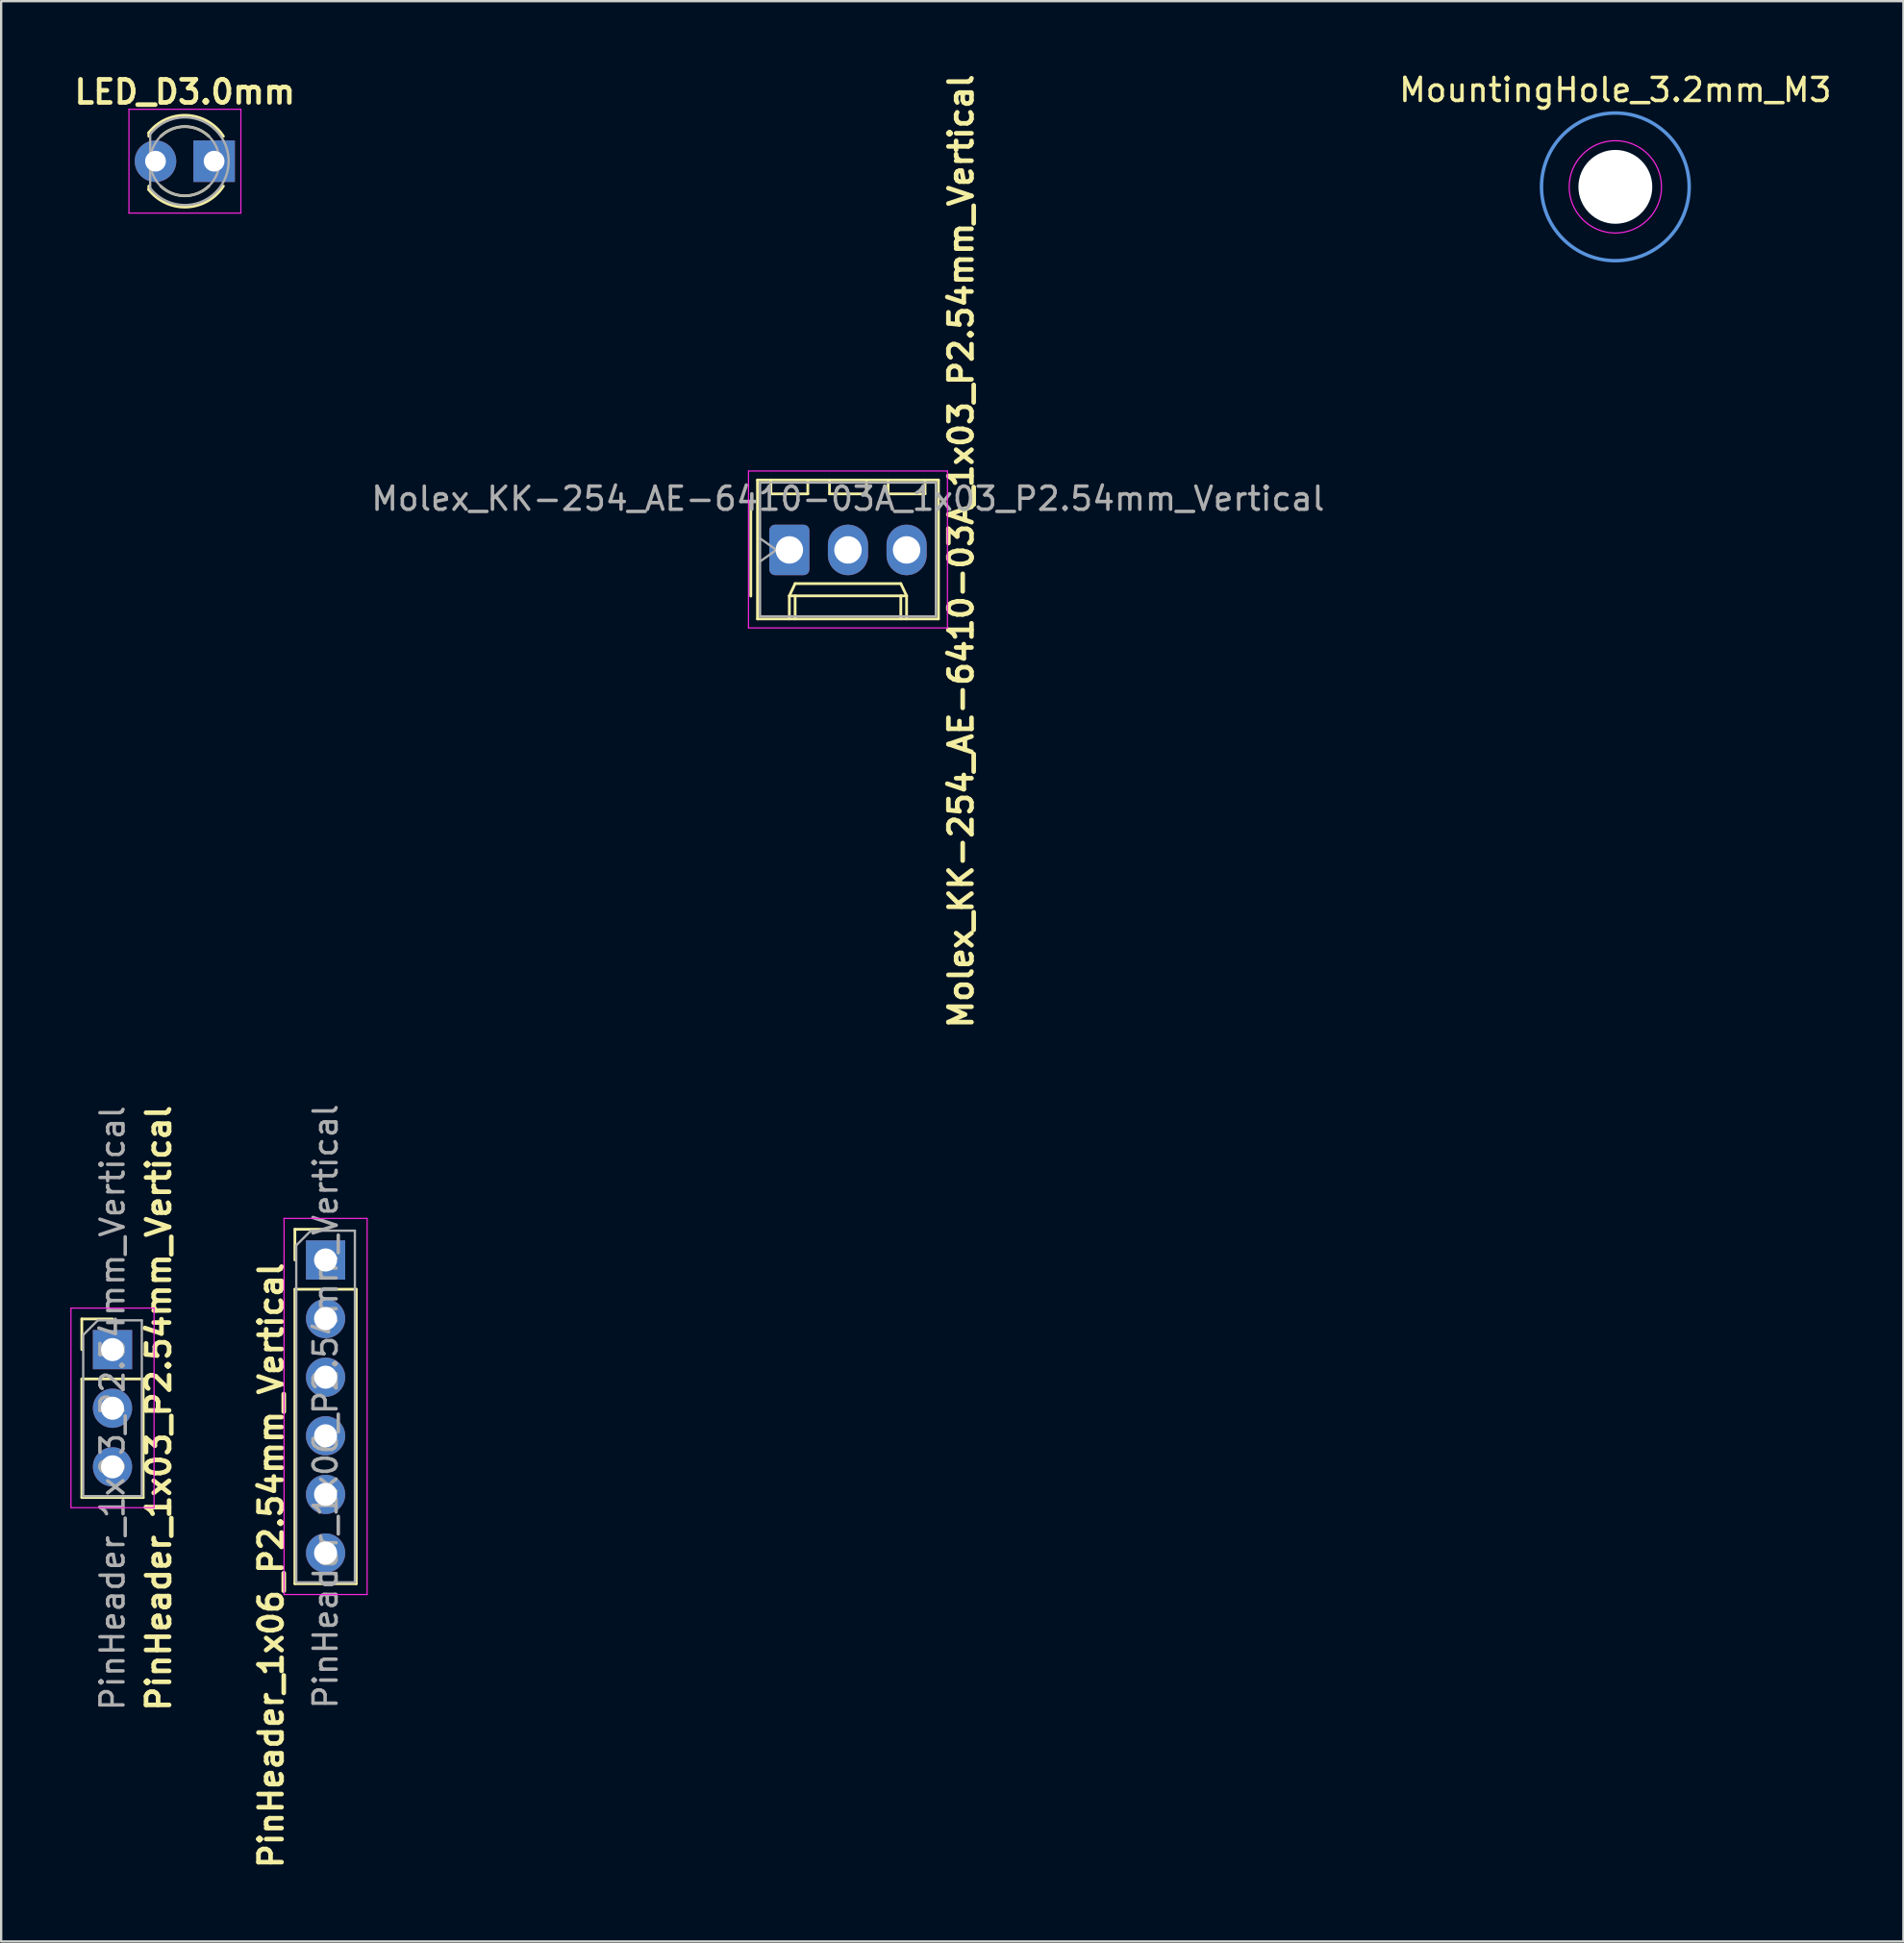
<source format=kicad_pcb>
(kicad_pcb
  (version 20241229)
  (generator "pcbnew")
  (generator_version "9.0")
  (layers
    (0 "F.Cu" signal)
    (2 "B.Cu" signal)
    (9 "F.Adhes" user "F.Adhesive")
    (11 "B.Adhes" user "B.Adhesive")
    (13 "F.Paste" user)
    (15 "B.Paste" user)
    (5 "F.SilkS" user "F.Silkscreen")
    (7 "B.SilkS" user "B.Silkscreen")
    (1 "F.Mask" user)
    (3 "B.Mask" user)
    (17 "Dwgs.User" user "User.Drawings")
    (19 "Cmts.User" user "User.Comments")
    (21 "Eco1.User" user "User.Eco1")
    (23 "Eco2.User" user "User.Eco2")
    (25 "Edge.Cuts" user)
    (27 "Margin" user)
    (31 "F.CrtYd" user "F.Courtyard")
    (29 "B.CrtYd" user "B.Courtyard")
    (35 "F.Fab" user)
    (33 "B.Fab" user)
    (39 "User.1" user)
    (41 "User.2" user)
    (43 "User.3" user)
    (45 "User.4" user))
  (footprint "PinHeader_1x06_P2.54mm_Vertical"
    (layer "F.Cu")
    (at 11.057 51.556)
    (property "Reference" "PinHeader_1x06_P2.54mm_Vertical" (at -2.36 13.24 90) (layer "F.SilkS") (effects (font (size 1 1) (thickness 0.2) (bold yes))))
    (attr through_hole)
    (fp_line (start -1.33 -1.33) (end 0 -1.33) (stroke (width 0.12) (type solid)) (layer "F.SilkS"))
    (fp_line (start -1.33 0) (end -1.33 -1.33) (stroke (width 0.12) (type solid)) (layer "F.SilkS"))
    (fp_line (start -1.33 1.27) (end -1.33 14.03) (stroke (width 0.12) (type solid)) (layer "F.SilkS"))
    (fp_line (start -1.33 1.27) (end 1.33 1.27) (stroke (width 0.12) (type solid)) (layer "F.SilkS"))
    (fp_line (start -1.33 14.03) (end 1.33 14.03) (stroke (width 0.12) (type solid)) (layer "F.SilkS"))
    (fp_line (start 1.33 1.27) (end 1.33 14.03) (stroke (width 0.12) (type solid)) (layer "F.SilkS"))
    (fp_line (start -1.8 -1.8) (end -1.8 14.5) (stroke (width 0.05) (type solid)) (layer "F.CrtYd"))
    (fp_line (start -1.8 14.5) (end 1.8 14.5) (stroke (width 0.05) (type solid)) (layer "F.CrtYd"))
    (fp_line (start 1.8 -1.8) (end -1.8 -1.8) (stroke (width 0.05) (type solid)) (layer "F.CrtYd"))
    (fp_line (start 1.8 14.5) (end 1.8 -1.8) (stroke (width 0.05) (type solid)) (layer "F.CrtYd"))
    (fp_line (start -1.27 -0.635) (end -0.635 -1.27) (stroke (width 0.1) (type solid)) (layer "F.Fab"))
    (fp_line (start -1.27 13.97) (end -1.27 -0.635) (stroke (width 0.1) (type solid)) (layer "F.Fab"))
    (fp_line (start -0.635 -1.27) (end 1.27 -1.27) (stroke (width 0.1) (type solid)) (layer "F.Fab"))
    (fp_line (start 1.27 -1.27) (end 1.27 13.97) (stroke (width 0.1) (type solid)) (layer "F.Fab"))
    (fp_line (start 1.27 13.97) (end -1.27 13.97) (stroke (width 0.1) (type solid)) (layer "F.Fab"))
    (fp_text user "${REFERENCE}" (at 0 6.35 90) (layer "F.Fab") (effects (font (size 1 1) (thickness 0.15))))
    (pad "1" thru_hole rect (at 0 0 180) (size 1.7 1.7) (drill 1) (layers "*.Cu" "*.Mask"))
    (pad "2" thru_hole oval (at 0 2.54 180) (size 1.7 1.7) (drill 1) (layers "*.Cu" "*.Mask"))
    (pad "3" thru_hole oval (at 0 5.08 180) (size 1.7 1.7) (drill 1) (layers "*.Cu" "*.Mask"))
    (pad "4" thru_hole oval (at 0 7.62 180) (size 1.7 1.7) (drill 1) (layers "*.Cu" "*.Mask"))
    (pad "5" thru_hole oval (at 0 10.16 180) (size 1.7 1.7) (drill 1) (layers "*.Cu" "*.Mask"))
    (pad "6" thru_hole oval (at 0 12.7 180) (size 1.7 1.7) (drill 1) (layers "*.Cu" "*.Mask")))
  (footprint "LED_D3.0mm"
    (layer "F.Cu")
    (at 3.687 3.936)
    (property "Reference" "LED_D3.0mm" (at 1.275 -3 0) (layer "F.SilkS") (effects (font (size 1 1) (thickness 0.2) (bold yes))))
    (attr through_hole)
    (fp_line (start -0.29 -1.236) (end -0.29 -1.08) (stroke (width 0.12) (type solid)) (layer "F.SilkS"))
    (fp_line (start -0.29 1.08) (end -0.29 1.236) (stroke (width 0.12) (type solid)) (layer "F.SilkS"))
    (fp_arc (start -0.29 -1.235516) (mid 1.366487 -1.987659) (end 2.942335 -1.078608) (stroke (width 0.12) (type solid)) (layer "F.SilkS"))
    (fp_arc (start 0.229039 -1.08) (mid 1.270117 -1.5) (end 2.31113 -1.079837) (stroke (width 0.12) (type solid)) (layer "F.SilkS"))
    (fp_arc (start 2.31113 1.079837) (mid 1.270117 1.5) (end 0.229039 1.08) (stroke (width 0.12) (type solid)) (layer "F.SilkS"))
    (fp_arc (start 2.942335 1.078608) (mid 1.366487 1.987659) (end -0.29 1.235516) (stroke (width 0.12) (type solid)) (layer "F.SilkS"))
    (fp_line (start -1.15 -2.25) (end -1.15 2.25) (stroke (width 0.05) (type solid)) (layer "F.CrtYd"))
    (fp_line (start -1.15 2.25) (end 3.7 2.25) (stroke (width 0.05) (type solid)) (layer "F.CrtYd"))
    (fp_line (start 3.7 -2.25) (end -1.15 -2.25) (stroke (width 0.05) (type solid)) (layer "F.CrtYd"))
    (fp_line (start 3.7 2.25) (end 3.7 -2.25) (stroke (width 0.05) (type solid)) (layer "F.CrtYd"))
    (fp_line (start -0.23 -1.166) (end -0.23 1.166) (stroke (width 0.1) (type solid)) (layer "F.Fab"))
    (fp_arc (start -0.23 -1.16619) (mid 3.17 0.000452) (end -0.230555 1.165476) (stroke (width 0.1) (type solid)) (layer "F.Fab"))
    (fp_circle (center 1.27 0) (end 2.77 0) (stroke (width 0.1) (type solid)) (fill no) (layer "F.Fab"))
    (pad "1" thru_hole circle (at 0 0) (size 1.8 1.8) (drill 0.9) (layers "*.Cu" "*.Mask"))
    (pad "2" thru_hole rect (at 2.54 0) (size 1.8 1.8) (drill 0.9) (layers "*.Cu" "*.Mask")))
  (footprint "PinHeader_1x03_P2.54mm_Vertical"
    (layer "F.Cu")
    (at 1.825 55.441)
    (property "Reference" "PinHeader_1x03_P2.54mm_Vertical" (at 2 2.54 90) (layer "F.SilkS") (effects (font (size 1 1) (thickness 0.2) (bold yes))))
    (attr through_hole)
    (fp_line (start -1.33 -1.33) (end 0 -1.33) (stroke (width 0.12) (type solid)) (layer "F.SilkS"))
    (fp_line (start -1.33 0) (end -1.33 -1.33) (stroke (width 0.12) (type solid)) (layer "F.SilkS"))
    (fp_line (start -1.33 1.27) (end -1.33 6.41) (stroke (width 0.12) (type solid)) (layer "F.SilkS"))
    (fp_line (start -1.33 1.27) (end 1.33 1.27) (stroke (width 0.12) (type solid)) (layer "F.SilkS"))
    (fp_line (start -1.33 6.41) (end 1.33 6.41) (stroke (width 0.12) (type solid)) (layer "F.SilkS"))
    (fp_line (start 1.33 1.27) (end 1.33 6.41) (stroke (width 0.12) (type solid)) (layer "F.SilkS"))
    (fp_line (start -1.8 -1.8) (end -1.8 6.85) (stroke (width 0.05) (type solid)) (layer "F.CrtYd"))
    (fp_line (start -1.8 6.85) (end 1.8 6.85) (stroke (width 0.05) (type solid)) (layer "F.CrtYd"))
    (fp_line (start 1.8 -1.8) (end -1.8 -1.8) (stroke (width 0.05) (type solid)) (layer "F.CrtYd"))
    (fp_line (start 1.8 6.85) (end 1.8 -1.8) (stroke (width 0.05) (type solid)) (layer "F.CrtYd"))
    (fp_line (start -1.27 -0.635) (end -0.635 -1.27) (stroke (width 0.1) (type solid)) (layer "F.Fab"))
    (fp_line (start -1.27 6.35) (end -1.27 -0.635) (stroke (width 0.1) (type solid)) (layer "F.Fab"))
    (fp_line (start -0.635 -1.27) (end 1.27 -1.27) (stroke (width 0.1) (type solid)) (layer "F.Fab"))
    (fp_line (start 1.27 -1.27) (end 1.27 6.35) (stroke (width 0.1) (type solid)) (layer "F.Fab"))
    (fp_line (start 1.27 6.35) (end -1.27 6.35) (stroke (width 0.1) (type solid)) (layer "F.Fab"))
    (fp_text user "${REFERENCE}" (at 0 2.54 270) (layer "F.Fab") (effects (font (size 1 1) (thickness 0.15))))
    (pad "1" thru_hole rect (at 0 0) (size 1.7 1.7) (drill 1) (layers "*.Cu" "*.Mask"))
    (pad "2" thru_hole oval (at 0 2.54) (size 1.7 1.7) (drill 1) (layers "*.Cu" "*.Mask"))
    (pad "3" thru_hole oval (at 0 5.08) (size 1.7 1.7) (drill 1) (layers "*.Cu" "*.Mask")))
  (footprint "Molex_KK-254_AE-6410-03A_1x03_P2.54mm_Vertical"
    (layer "F.Cu")
    (at 31.152 20.783)
    (property "Reference" "Molex_KK-254_AE-6410-03A_1x03_P2.54mm_Vertical" (at 7.44 0.06 90) (layer "F.SilkS") (effects (font (size 1 1) (thickness 0.2) (bold yes))))
    (attr through_hole)
    (fp_line (start -1.67 -2) (end -1.67 2) (stroke (width 0.12) (type solid)) (layer "F.SilkS"))
    (fp_line (start -1.38 -3.03) (end -1.38 2.99) (stroke (width 0.12) (type solid)) (layer "F.SilkS"))
    (fp_line (start -1.38 2.99) (end 6.46 2.99) (stroke (width 0.12) (type solid)) (layer "F.SilkS"))
    (fp_line (start -0.8 -3.03) (end -0.8 -2.43) (stroke (width 0.12) (type solid)) (layer "F.SilkS"))
    (fp_line (start -0.8 -2.43) (end 0.8 -2.43) (stroke (width 0.12) (type solid)) (layer "F.SilkS"))
    (fp_line (start 0 1.99) (end 0.25 1.46) (stroke (width 0.12) (type solid)) (layer "F.SilkS"))
    (fp_line (start 0 1.99) (end 5.08 1.99) (stroke (width 0.12) (type solid)) (layer "F.SilkS"))
    (fp_line (start 0 2.99) (end 0 1.99) (stroke (width 0.12) (type solid)) (layer "F.SilkS"))
    (fp_line (start 0.25 1.46) (end 4.83 1.46) (stroke (width 0.12) (type solid)) (layer "F.SilkS"))
    (fp_line (start 0.25 2.99) (end 0.25 1.99) (stroke (width 0.12) (type solid)) (layer "F.SilkS"))
    (fp_line (start 0.8 -2.43) (end 0.8 -3.03) (stroke (width 0.12) (type solid)) (layer "F.SilkS"))
    (fp_line (start 1.74 -3.03) (end 1.74 -2.43) (stroke (width 0.12) (type solid)) (layer "F.SilkS"))
    (fp_line (start 1.74 -2.43) (end 3.34 -2.43) (stroke (width 0.12) (type solid)) (layer "F.SilkS"))
    (fp_line (start 3.34 -2.43) (end 3.34 -3.03) (stroke (width 0.12) (type solid)) (layer "F.SilkS"))
    (fp_line (start 4.28 -3.03) (end 4.28 -2.43) (stroke (width 0.12) (type solid)) (layer "F.SilkS"))
    (fp_line (start 4.28 -2.43) (end 5.88 -2.43) (stroke (width 0.12) (type solid)) (layer "F.SilkS"))
    (fp_line (start 4.83 1.46) (end 5.08 1.99) (stroke (width 0.12) (type solid)) (layer "F.SilkS"))
    (fp_line (start 4.83 2.99) (end 4.83 1.99) (stroke (width 0.12) (type solid)) (layer "F.SilkS"))
    (fp_line (start 5.08 1.99) (end 5.08 2.99) (stroke (width 0.12) (type solid)) (layer "F.SilkS"))
    (fp_line (start 5.88 -2.43) (end 5.88 -3.03) (stroke (width 0.12) (type solid)) (layer "F.SilkS"))
    (fp_line (start 6.46 -3.03) (end -1.38 -3.03) (stroke (width 0.12) (type solid)) (layer "F.SilkS"))
    (fp_line (start 6.46 2.99) (end 6.46 -3.03) (stroke (width 0.12) (type solid)) (layer "F.SilkS"))
    (fp_line (start -1.77 -3.42) (end -1.77 3.38) (stroke (width 0.05) (type solid)) (layer "F.CrtYd"))
    (fp_line (start -1.77 3.38) (end 6.85 3.38) (stroke (width 0.05) (type solid)) (layer "F.CrtYd"))
    (fp_line (start 6.85 -3.42) (end -1.77 -3.42) (stroke (width 0.05) (type solid)) (layer "F.CrtYd"))
    (fp_line (start 6.85 3.38) (end 6.85 -3.42) (stroke (width 0.05) (type solid)) (layer "F.CrtYd"))
    (fp_line (start -1.27 -2.92) (end -1.27 2.88) (stroke (width 0.1) (type solid)) (layer "F.Fab"))
    (fp_line (start -1.27 -0.5) (end -0.563 0) (stroke (width 0.1) (type solid)) (layer "F.Fab"))
    (fp_line (start -1.27 2.88) (end 6.35 2.88) (stroke (width 0.1) (type solid)) (layer "F.Fab"))
    (fp_line (start -0.563 0) (end -1.27 0.5) (stroke (width 0.1) (type solid)) (layer "F.Fab"))
    (fp_line (start 6.35 -2.92) (end -1.27 -2.92) (stroke (width 0.1) (type solid)) (layer "F.Fab"))
    (fp_line (start 6.35 2.88) (end 6.35 -2.92) (stroke (width 0.1) (type solid)) (layer "F.Fab"))
    (fp_text user "${REFERENCE}" (at 2.54 -2.22 0) (layer "F.Fab") (effects (font (size 1 1) (thickness 0.15))))
    (pad "1" thru_hole roundrect (at 0 0) (size 1.74 2.19) (drill 1.19) (layers "*.Cu" "*.Mask") (roundrect_rratio 0.144))
    (pad "2" thru_hole oval (at 2.54 0) (size 1.74 2.19) (drill 1.19) (layers "*.Cu" "*.Mask"))
    (pad "3" thru_hole oval (at 5.08 0) (size 1.74 2.19) (drill 1.19) (layers "*.Cu" "*.Mask")))
  (footprint "MountingHole_3.2mm_M3"
    (layer "F.Cu")
    (at 66.942 5.048)
    (property "Reference" "MountingHole_3.2mm_M3" (at 0 -4.2 0) (layer "F.SilkS") (effects (font (size 1 1) (thickness 0.15))))
    (attr exclude_from_pos_files)
    (fp_circle (center 0 0) (end 3.2 0) (stroke (width 0.15) (type solid)) (fill no) (layer "Cmts.User"))
    (fp_circle (center 0 0) (end 2 0) (stroke (width 0.05) (type solid)) (fill no) (layer "F.CrtYd"))
    (pad "" np_thru_hole circle (at 0 0) (size 3.2 3.2) (drill 3.2) (layers "*.Cu" "*.Mask")))
  (gr_rect
    (start -3 -3)
    (end 79.424 81.091)
    (stroke (width 0.1) (type default))
    (fill no)
    (layer "Edge.Cuts")))
</source>
